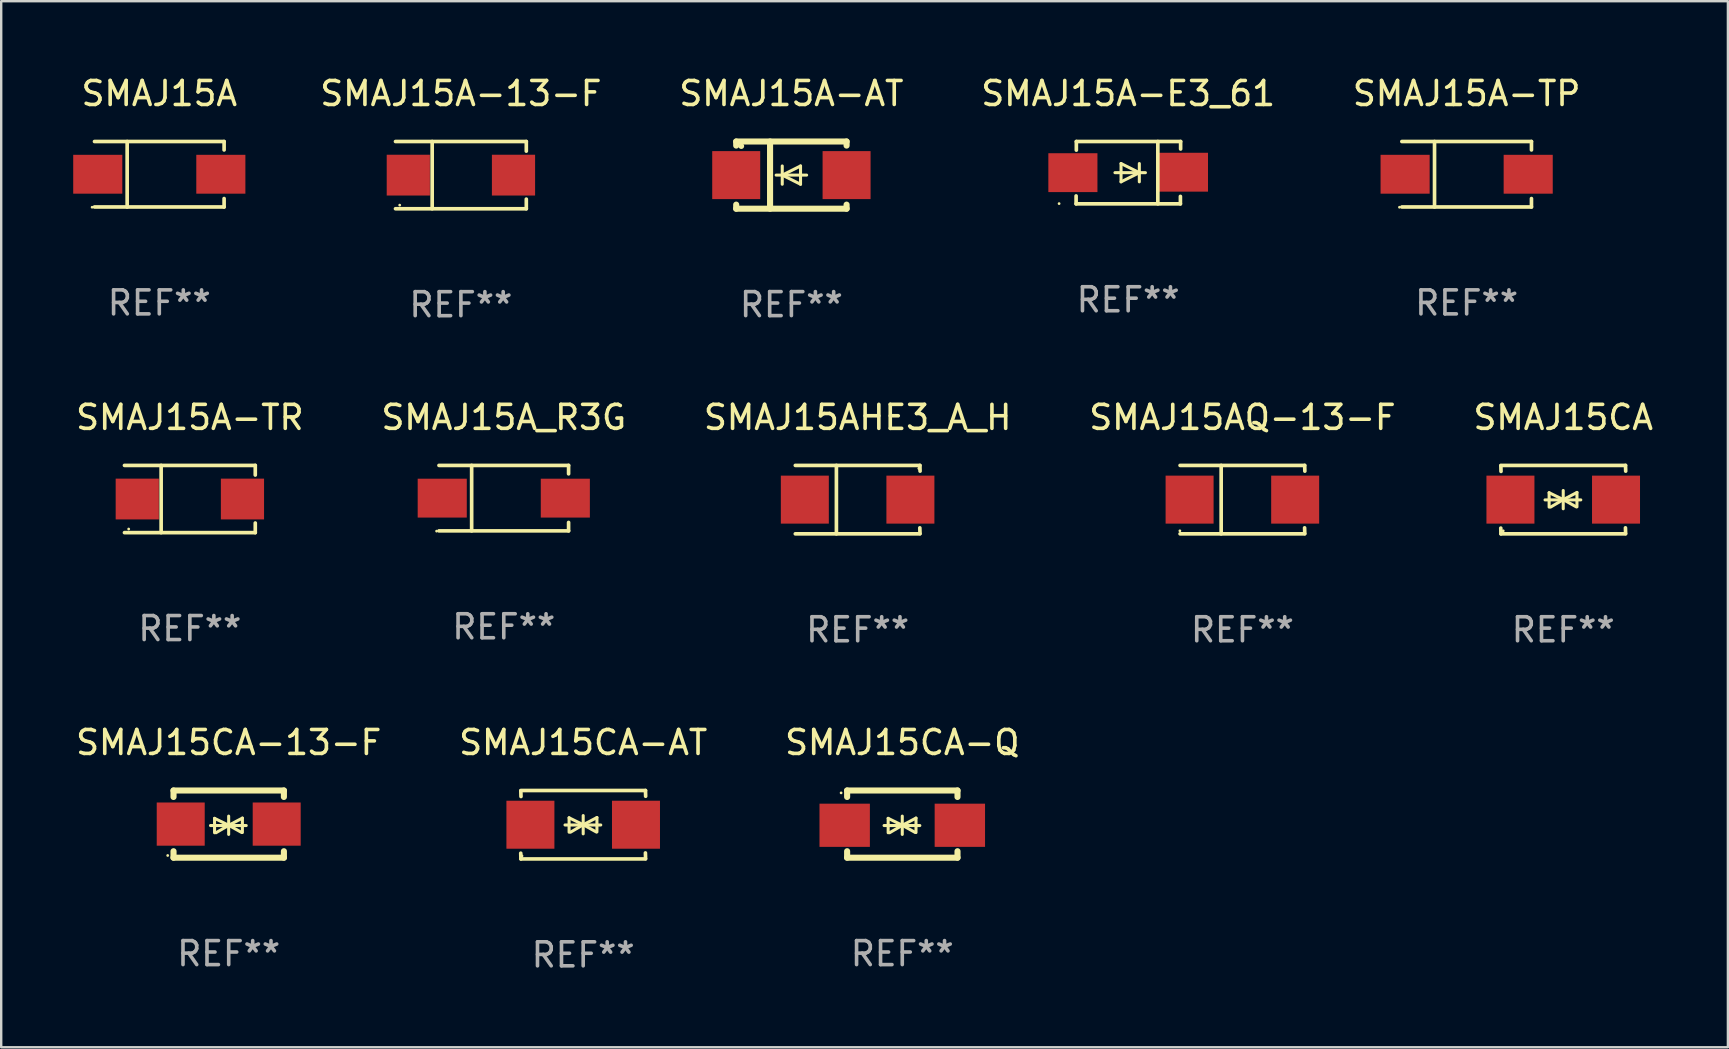
<source format=kicad_pcb>
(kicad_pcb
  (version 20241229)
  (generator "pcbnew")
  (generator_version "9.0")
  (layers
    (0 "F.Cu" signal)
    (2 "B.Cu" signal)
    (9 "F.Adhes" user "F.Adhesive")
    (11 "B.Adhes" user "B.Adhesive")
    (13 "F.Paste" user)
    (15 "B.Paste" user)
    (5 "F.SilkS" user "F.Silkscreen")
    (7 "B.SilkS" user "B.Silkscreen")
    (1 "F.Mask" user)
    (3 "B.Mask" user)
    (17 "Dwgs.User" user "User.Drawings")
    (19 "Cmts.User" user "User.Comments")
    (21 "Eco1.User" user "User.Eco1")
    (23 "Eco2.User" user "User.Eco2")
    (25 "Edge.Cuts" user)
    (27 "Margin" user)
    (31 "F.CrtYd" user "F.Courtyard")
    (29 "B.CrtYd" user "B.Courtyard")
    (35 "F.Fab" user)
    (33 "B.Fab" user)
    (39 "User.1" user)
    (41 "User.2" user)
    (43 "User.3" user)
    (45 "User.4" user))
  (footprint "SMAJ15CA-AT"
    (layer "F.Cu")
    (at 21.256 31.322)
    (property "Reference" "SMAJ15CA-AT" (at 0 -3.426 0) (layer "F.SilkS") (effects (font (size 1 1) (thickness 0.15))))
    (attr through_hole)
    (fp_line (start -2.596 -1.426) (end 2.596 -1.426) (stroke (width 0.152) (type solid)) (layer "F.SilkS"))
    (fp_line (start -2.596 1.426) (end -2.603 1.187) (stroke (width 0.152) (type solid)) (layer "F.SilkS"))
    (fp_line (start -2.596 1.426) (end 2.596 1.426) (stroke (width 0.152) (type solid)) (layer "F.SilkS"))
    (fp_line (start -2.593 -1.176) (end -2.6 -1.415) (stroke (width 0.152) (type solid)) (layer "F.SilkS"))
    (fp_line (start -0.758 0.011) (end 0.732 0.011) (stroke (width 0.127) (type solid)) (layer "F.SilkS"))
    (fp_line (start -0.588 -0.289) (end -0.588 0.311) (stroke (width 0.127) (type solid)) (layer "F.SilkS"))
    (fp_line (start -0.588 -0.289) (end 0 0) (stroke (width 0.127) (type solid)) (layer "F.SilkS"))
    (fp_line (start -0.528 0.311) (end 0 0) (stroke (width 0.127) (type solid)) (layer "F.SilkS"))
    (fp_line (start 0 0) (end 0 -0.381) (stroke (width 0.127) (type solid)) (layer "F.SilkS"))
    (fp_line (start 0 0) (end 0 0.381) (stroke (width 0.127) (type solid)) (layer "F.SilkS"))
    (fp_line (start 0.542 0.301) (end 0 0) (stroke (width 0.127) (type solid)) (layer "F.SilkS"))
    (fp_line (start 0.572 -0.299) (end 0 0) (stroke (width 0.127) (type solid)) (layer "F.SilkS"))
    (fp_line (start 0.572 -0.299) (end 0.572 0.301) (stroke (width 0.127) (type solid)) (layer "F.SilkS"))
    (fp_line (start 2.593 1.176) (end 2.6 1.415) (stroke (width 0.152) (type solid)) (layer "F.SilkS"))
    (fp_line (start 2.596 -1.426) (end 2.603 -1.187) (stroke (width 0.152) (type solid)) (layer "F.SilkS"))
    (fp_circle (center -2.55 1.3) (end -2.52 1.3) (stroke (width 0.06) (type solid)) (fill no) (layer "F.SilkS"))
    (fp_text user "REF**" (at 0 5.426 0) (layer "F.Fab") (effects (font (size 1 1) (thickness 0.15))))
    (pad "1" smd rect (at -2.2 0 180) (size 2 2) (layers "F.Cu" "F.Mask" "F.Paste"))
    (pad "2" smd rect (at 2.2 0 180) (size 2 2) (layers "F.Cu" "F.Mask" "F.Paste")))
  (footprint "SMAJ15A-TP"
    (layer "F.Cu")
    (at 58.076 4.212)
    (property "Reference" "SMAJ15A-TP" (at 0 -3.364 0) (layer "F.SilkS") (effects (font (size 1 1) (thickness 0.15))))
    (attr through_hole)
    (fp_line (start -2.701 -1.364) (end 2.701 -1.364) (stroke (width 0.152) (type solid)) (layer "F.SilkS"))
    (fp_line (start -2.701 1.364) (end 2.701 1.364) (stroke (width 0.152) (type solid)) (layer "F.SilkS"))
    (fp_line (start -1.339 -1.364) (end -1.339 1.364) (stroke (width 0.152) (type solid)) (layer "F.SilkS"))
    (fp_line (start 2.701 -1.364) (end 2.701 -1.013) (stroke (width 0.152) (type solid)) (layer "F.SilkS"))
    (fp_line (start 2.701 1.364) (end 2.701 1.013) (stroke (width 0.152) (type solid)) (layer "F.SilkS"))
    (fp_circle (center -2.8 1.375) (end -2.77 1.375) (stroke (width 0.06) (type solid)) (fill no) (layer "F.SilkS"))
    (fp_text user "REF**" (at 0 5.364 0) (layer "F.Fab") (effects (font (size 1 1) (thickness 0.15))))
    (pad "1" smd rect (at -2.565 -0.000025) (size 2.046 1.62) (layers "F.Cu" "F.Mask" "F.Paste"))
    (pad "2" smd rect (at 2.565 -0.000025) (size 2.046 1.62) (layers "F.Cu" "F.Mask" "F.Paste")))
  (footprint "SMAJ15CA-Q"
    (layer "F.Cu")
    (at 34.554 31.296)
    (property "Reference" "SMAJ15CA-Q" (at 0 -3.4 0) (layer "F.SilkS") (effects (font (size 1 1) (thickness 0.15))))
    (attr through_hole)
    (fp_line (start -2.298 -1.4) (end -2.298 -1.131) (stroke (width 0.254) (type solid)) (layer "F.SilkS"))
    (fp_line (start -2.298 -1.4) (end 2.302 -1.4) (stroke (width 0.254) (type solid)) (layer "F.SilkS"))
    (fp_line (start -2.298 1.131) (end -2.298 1.4) (stroke (width 0.254) (type solid)) (layer "F.SilkS"))
    (fp_line (start -2.298 1.4) (end 2.302 1.4) (stroke (width 0.254) (type solid)) (layer "F.SilkS"))
    (fp_line (start -0.758 0.06) (end 0.732 0.06) (stroke (width 0.127) (type solid)) (layer "F.SilkS"))
    (fp_line (start -0.588 -0.24) (end -0.588 0.36) (stroke (width 0.127) (type solid)) (layer "F.SilkS"))
    (fp_line (start -0.588 -0.24) (end 0.000025 0.049) (stroke (width 0.127) (type solid)) (layer "F.SilkS"))
    (fp_line (start -0.528 0.36) (end 0.000025 0.049) (stroke (width 0.127) (type solid)) (layer "F.SilkS"))
    (fp_line (start 0.000025 0.049) (end 0.000025 -0.332) (stroke (width 0.127) (type solid)) (layer "F.SilkS"))
    (fp_line (start 0.000025 0.049) (end 0.000025 0.43) (stroke (width 0.127) (type solid)) (layer "F.SilkS"))
    (fp_line (start 0.542 0.35) (end 0.000025 0.049) (stroke (width 0.127) (type solid)) (layer "F.SilkS"))
    (fp_line (start 0.572 -0.25) (end 0.000025 0.049) (stroke (width 0.127) (type solid)) (layer "F.SilkS"))
    (fp_line (start 0.572 -0.25) (end 0.572 0.35) (stroke (width 0.127) (type solid)) (layer "F.SilkS"))
    (fp_line (start 2.302 -1.4) (end 2.302 -1.131) (stroke (width 0.254) (type solid)) (layer "F.SilkS"))
    (fp_line (start 2.302 1.131) (end 2.302 1.4) (stroke (width 0.254) (type solid)) (layer "F.SilkS"))
    (fp_circle (center -2.549 -1.301) (end -2.519 -1.301) (stroke (width 0.06) (type solid)) (fill no) (layer "F.SilkS"))
    (fp_text user "REF**" (at 0 5.4 0) (layer "F.Fab") (effects (font (size 1 1) (thickness 0.15))))
    (pad "1" smd rect (at -2.4 0.049) (size 2.1 1.8) (layers "F.Cu" "F.Mask" "F.Paste"))
    (pad "2" smd rect (at 2.4 0.049) (size 2.1 1.8) (layers "F.Cu" "F.Mask" "F.Paste")))
  (footprint "SMAJ15A-TR"
    (layer "F.Cu")
    (at 4.863 17.748)
    (property "Reference" "SMAJ15A-TR" (at 0 -3.401 0) (layer "F.SilkS") (effects (font (size 1 1) (thickness 0.15))))
    (attr through_hole)
    (fp_line (start -2.726 -1.401) (end 2.726 -1.401) (stroke (width 0.152) (type solid)) (layer "F.SilkS"))
    (fp_line (start -2.726 1.401) (end 2.726 1.401) (stroke (width 0.152) (type solid)) (layer "F.SilkS"))
    (fp_line (start -1.197 -1.401) (end -1.197 1.401) (stroke (width 0.152) (type solid)) (layer "F.SilkS"))
    (fp_line (start 2.726 -1.401) (end 2.726 -1) (stroke (width 0.152) (type solid)) (layer "F.SilkS"))
    (fp_line (start 2.726 1.401) (end 2.726 1) (stroke (width 0.152) (type solid)) (layer "F.SilkS"))
    (fp_circle (center -2.55 1.25) (end -2.52 1.25) (stroke (width 0.06) (type solid)) (fill no) (layer "F.SilkS"))
    (fp_text user "REF**" (at 0 5.401 0) (layer "F.Fab") (effects (font (size 1 1) (thickness 0.15))))
    (pad "1" smd rect (at -2.192 0) (size 1.8 1.7) (layers "F.Cu" "F.Mask" "F.Paste"))
    (pad "2" smd rect (at 2.192 0) (size 1.8 1.7) (layers "F.Cu" "F.Mask" "F.Paste")))
  (footprint "SMAJ15AQ-13-F"
    (layer "F.Cu")
    (at 48.732 17.773)
    (property "Reference" "SMAJ15AQ-13-F" (at 0 -3.426 0) (layer "F.SilkS") (effects (font (size 1 1) (thickness 0.15))))
    (attr through_hole)
    (fp_line (start -2.6 -1.426) (end 2.593 -1.426) (stroke (width 0.152) (type solid)) (layer "F.SilkS"))
    (fp_line (start -2.6 1.426) (end 2.593 1.426) (stroke (width 0.152) (type solid)) (layer "F.SilkS"))
    (fp_line (start -0.887 -1.426) (end -0.887 1.426) (stroke (width 0.152) (type solid)) (layer "F.SilkS"))
    (fp_line (start 2.59 1.176) (end 2.597 1.415) (stroke (width 0.152) (type solid)) (layer "F.SilkS"))
    (fp_line (start 2.593 -1.426) (end 2.6 -1.187) (stroke (width 0.152) (type solid)) (layer "F.SilkS"))
    (fp_circle (center -2.608 1.3) (end -2.578 1.3) (stroke (width 0.06) (type solid)) (fill no) (layer "F.SilkS"))
    (fp_text user "REF**" (at 0 5.426 0) (layer "F.Fab") (effects (font (size 1 1) (thickness 0.15))))
    (pad "1" smd rect (at -2.203 0 180) (size 2 2) (layers "F.Cu" "F.Mask" "F.Paste"))
    (pad "2" smd rect (at 2.197 0 180) (size 2 2) (layers "F.Cu" "F.Mask" "F.Paste")))
  (footprint "SMAJ15AHE3_A_H"
    (layer "F.Cu")
    (at 32.696 17.773)
    (property "Reference" "SMAJ15AHE3_A_H" (at 0 -3.426 0) (layer "F.SilkS") (effects (font (size 1 1) (thickness 0.15))))
    (attr through_hole)
    (fp_line (start -2.6 -1.426) (end 2.593 -1.426) (stroke (width 0.152) (type solid)) (layer "F.SilkS"))
    (fp_line (start -2.6 1.426) (end 2.593 1.426) (stroke (width 0.152) (type solid)) (layer "F.SilkS"))
    (fp_line (start -0.887 -1.426) (end -0.887 1.426) (stroke (width 0.152) (type solid)) (layer "F.SilkS"))
    (fp_line (start 2.59 1.176) (end 2.597 1.415) (stroke (width 0.152) (type solid)) (layer "F.SilkS"))
    (fp_line (start 2.593 -1.426) (end 2.6 -1.187) (stroke (width 0.152) (type solid)) (layer "F.SilkS"))
    (fp_circle (center 2.547 -1.3) (end 2.577 -1.3) (stroke (width 0.06) (type solid)) (fill no) (layer "F.SilkS"))
    (fp_text user "REF**" (at 0 5.426 0) (layer "F.Fab") (effects (font (size 1 1) (thickness 0.15))))
    (pad "1" smd rect (at 2.197 -0.000025 180) (size 2 2) (layers "F.Cu" "F.Mask" "F.Paste"))
    (pad "2" smd rect (at -2.203 -0.000025 180) (size 2 2) (layers "F.Cu" "F.Mask" "F.Paste")))
  (footprint "SMAJ15A-13-F"
    (layer "F.Cu")
    (at 16.159 4.249)
    (property "Reference" "SMAJ15A-13-F" (at 0 -3.401 0) (layer "F.SilkS") (effects (font (size 1 1) (thickness 0.15))))
    (attr through_hole)
    (fp_line (start -2.726 -1.401) (end 2.726 -1.401) (stroke (width 0.152) (type solid)) (layer "F.SilkS"))
    (fp_line (start -2.726 1.401) (end 2.726 1.401) (stroke (width 0.152) (type solid)) (layer "F.SilkS"))
    (fp_line (start -1.197 -1.401) (end -1.197 1.401) (stroke (width 0.152) (type solid)) (layer "F.SilkS"))
    (fp_line (start 2.726 -1.401) (end 2.726 -1) (stroke (width 0.152) (type solid)) (layer "F.SilkS"))
    (fp_line (start 2.726 1.401) (end 2.726 1) (stroke (width 0.152) (type solid)) (layer "F.SilkS"))
    (fp_circle (center -2.55 1.25) (end -2.52 1.25) (stroke (width 0.06) (type solid)) (fill no) (layer "F.SilkS"))
    (fp_text user "REF**" (at 0 5.401 0) (layer "F.Fab") (effects (font (size 1 1) (thickness 0.15))))
    (pad "1" smd rect (at -2.192 0) (size 1.8 1.7) (layers "F.Cu" "F.Mask" "F.Paste"))
    (pad "2" smd rect (at 2.192 0) (size 1.8 1.7) (layers "F.Cu" "F.Mask" "F.Paste")))
  (footprint "SMAJ15A-AT"
    (layer "F.Cu")
    (at 29.933 4.248)
    (property "Reference" "SMAJ15A-AT" (at 0 -3.4 0) (layer "F.SilkS") (effects (font (size 1 1) (thickness 0.15))))
    (attr through_hole)
    (fp_line (start -2.3 -1.4) (end -2.3 -1.231) (stroke (width 0.254) (type solid)) (layer "F.SilkS"))
    (fp_line (start -2.3 -1.4) (end 2.3 -1.4) (stroke (width 0.254) (type solid)) (layer "F.SilkS"))
    (fp_line (start -2.3 1.231) (end -2.3 1.4) (stroke (width 0.254) (type solid)) (layer "F.SilkS"))
    (fp_line (start -2.3 1.4) (end 2.3 1.4) (stroke (width 0.254) (type solid)) (layer "F.SilkS"))
    (fp_line (start -0.889 1.4) (end -0.889 -1.4) (stroke (width 0.254) (type solid)) (layer "F.SilkS"))
    (fp_line (start -0.381 0) (end -0.381 -0.381) (stroke (width 0.127) (type solid)) (layer "F.SilkS"))
    (fp_line (start -0.381 0) (end -0.381 0.381) (stroke (width 0.127) (type solid)) (layer "F.SilkS"))
    (fp_line (start 0.381 -0.381) (end -0.381 0) (stroke (width 0.127) (type solid)) (layer "F.SilkS"))
    (fp_line (start 0.381 0) (end 0.381 -0.381) (stroke (width 0.127) (type solid)) (layer "F.SilkS"))
    (fp_line (start 0.381 0) (end 0.381 0.381) (stroke (width 0.127) (type solid)) (layer "F.SilkS"))
    (fp_line (start 0.381 0.381) (end -0.381 0) (stroke (width 0.127) (type solid)) (layer "F.SilkS"))
    (fp_line (start 0.635 0) (end -0.635 0) (stroke (width 0.127) (type solid)) (layer "F.SilkS"))
    (fp_line (start 2.3 -1.4) (end 2.3 -1.231) (stroke (width 0.254) (type solid)) (layer "F.SilkS"))
    (fp_line (start 2.3 1.231) (end 2.3 1.4) (stroke (width 0.254) (type solid)) (layer "F.SilkS"))
    (fp_circle (center -2.088 -1.208) (end -2.028 -1.208) (stroke (width 0.12) (type solid)) (fill no) (layer "F.SilkS"))
    (fp_text user "REF**" (at 0 5.4 0) (layer "F.Fab") (effects (font (size 1 1) (thickness 0.15))))
    (pad "1" smd rect (at -2.3 0 180) (size 2 2) (layers "F.Cu" "F.Mask" "F.Paste"))
    (pad "2" smd rect (at 2.3 0 180) (size 2 2) (layers "F.Cu" "F.Mask" "F.Paste")))
  (footprint "SMAJ15A"
    (layer "F.Cu")
    (at 3.589 4.212)
    (property "Reference" "SMAJ15A" (at 0 -3.364 0) (layer "F.SilkS") (effects (font (size 1 1) (thickness 0.15))))
    (attr through_hole)
    (fp_line (start -2.701 -1.364) (end 2.701 -1.364) (stroke (width 0.152) (type solid)) (layer "F.SilkS"))
    (fp_line (start -2.701 1.364) (end 2.701 1.364) (stroke (width 0.152) (type solid)) (layer "F.SilkS"))
    (fp_line (start -1.339 -1.364) (end -1.339 1.364) (stroke (width 0.152) (type solid)) (layer "F.SilkS"))
    (fp_line (start 2.701 -1.364) (end 2.701 -1.013) (stroke (width 0.152) (type solid)) (layer "F.SilkS"))
    (fp_line (start 2.701 1.364) (end 2.701 1.013) (stroke (width 0.152) (type solid)) (layer "F.SilkS"))
    (fp_circle (center -2.8 1.375) (end -2.77 1.375) (stroke (width 0.06) (type solid)) (fill no) (layer "F.SilkS"))
    (fp_text user "REF**" (at 0 5.364 0) (layer "F.Fab") (effects (font (size 1 1) (thickness 0.15))))
    (pad "1" smd rect (at -2.565 -0.000025) (size 2.046 1.62) (layers "F.Cu" "F.Mask" "F.Paste"))
    (pad "2" smd rect (at 2.565 -0.000025) (size 2.046 1.62) (layers "F.Cu" "F.Mask" "F.Paste")))
  (footprint "SMAJ15A-E3_61"
    (layer "F.Cu")
    (at 43.969 4.147)
    (property "Reference" "SMAJ15A-E3_61" (at 0 -3.299 0) (layer "F.SilkS") (effects (font (size 1 1) (thickness 0.15))))
    (attr through_hole)
    (fp_line (start -2.17 0.969) (end -2.17 1.299) (stroke (width 0.152) (type solid)) (layer "F.SilkS"))
    (fp_line (start -2.17 1.299) (end 2.177 1.299) (stroke (width 0.152) (type solid)) (layer "F.SilkS"))
    (fp_line (start -2.16 -1.299) (end 2.186 -1.299) (stroke (width 0.152) (type solid)) (layer "F.SilkS"))
    (fp_line (start -2.16 -0.94) (end -2.16 -1.299) (stroke (width 0.152) (type solid)) (layer "F.SilkS"))
    (fp_line (start -0.551 -0.000483) (end 0.719 -0.000483) (stroke (width 0.127) (type solid)) (layer "F.SilkS"))
    (fp_line (start -0.297 -0.381) (end 0.465 -0.000483) (stroke (width 0.127) (type solid)) (layer "F.SilkS"))
    (fp_line (start -0.297 -0.000483) (end -0.297 -0.381) (stroke (width 0.127) (type solid)) (layer "F.SilkS"))
    (fp_line (start -0.297 -0.000483) (end -0.297 0.381) (stroke (width 0.127) (type solid)) (layer "F.SilkS"))
    (fp_line (start -0.297 0.381) (end 0.465 -0.000483) (stroke (width 0.127) (type solid)) (layer "F.SilkS"))
    (fp_line (start 0.465 -0.000483) (end 0.465 -0.381) (stroke (width 0.127) (type solid)) (layer "F.SilkS"))
    (fp_line (start 0.465 -0.000483) (end 0.465 0.381) (stroke (width 0.127) (type solid)) (layer "F.SilkS"))
    (fp_line (start 1.236 -1.299) (end 1.236 1.299) (stroke (width 0.152) (type solid)) (layer "F.SilkS"))
    (fp_line (start 2.177 1.299) (end 2.177 0.988) (stroke (width 0.152) (type solid)) (layer "F.SilkS"))
    (fp_line (start 2.186 -1.299) (end 2.186 -0.987) (stroke (width 0.152) (type solid)) (layer "F.SilkS"))
    (fp_circle (center -2.879 1.289) (end -2.849 1.289) (stroke (width 0.06) (type solid)) (fill no) (layer "F.SilkS"))
    (fp_text user "REF**" (at 0 5.299 0) (layer "F.Fab") (effects (font (size 1 1) (thickness 0.15))))
    (pad "1" smd rect (at -2.304 -0.001) (size 2.046 1.62) (layers "F.Cu" "F.Mask" "F.Paste"))
    (pad "2" smd rect (at 2.304 -0.02 180) (size 2.046 1.62) (layers "F.Cu" "F.Mask" "F.Paste")))
  (footprint "SMAJ15CA-13-F"
    (layer "F.Cu")
    (at 6.482 31.296)
    (property "Reference" "SMAJ15CA-13-F" (at 0 -3.4 0) (layer "F.SilkS") (effects (font (size 1 1) (thickness 0.15))))
    (attr through_hole)
    (fp_line (start -2.3 -1.4) (end -2.3 -1.131) (stroke (width 0.254) (type solid)) (layer "F.SilkS"))
    (fp_line (start -2.3 -1.4) (end 2.3 -1.4) (stroke (width 0.254) (type solid)) (layer "F.SilkS"))
    (fp_line (start -2.3 1.131) (end -2.3 1.4) (stroke (width 0.254) (type solid)) (layer "F.SilkS"))
    (fp_line (start -2.3 1.4) (end 2.3 1.4) (stroke (width 0.254) (type solid)) (layer "F.SilkS"))
    (fp_line (start -0.76 0.06) (end 0.73 0.06) (stroke (width 0.127) (type solid)) (layer "F.SilkS"))
    (fp_line (start -0.59 -0.24) (end -0.59 0.36) (stroke (width 0.127) (type solid)) (layer "F.SilkS"))
    (fp_line (start -0.59 -0.24) (end -0.002 0.049) (stroke (width 0.127) (type solid)) (layer "F.SilkS"))
    (fp_line (start -0.53 0.36) (end -0.002 0.049) (stroke (width 0.127) (type solid)) (layer "F.SilkS"))
    (fp_line (start -0.002 0.049) (end -0.002 -0.332) (stroke (width 0.127) (type solid)) (layer "F.SilkS"))
    (fp_line (start -0.002 0.049) (end -0.002 0.43) (stroke (width 0.127) (type solid)) (layer "F.SilkS"))
    (fp_line (start 0.54 0.35) (end -0.002 0.049) (stroke (width 0.127) (type solid)) (layer "F.SilkS"))
    (fp_line (start 0.57 -0.25) (end -0.002 0.049) (stroke (width 0.127) (type solid)) (layer "F.SilkS"))
    (fp_line (start 0.57 -0.25) (end 0.57 0.35) (stroke (width 0.127) (type solid)) (layer "F.SilkS"))
    (fp_line (start 2.3 -1.4) (end 2.3 -1.131) (stroke (width 0.254) (type solid)) (layer "F.SilkS"))
    (fp_line (start 2.3 1.131) (end 2.3 1.4) (stroke (width 0.254) (type solid)) (layer "F.SilkS"))
    (fp_circle (center -2.542 1.308) (end -2.512 1.308) (stroke (width 0.06) (type solid)) (fill no) (layer "F.SilkS"))
    (fp_text user "REF**" (at 0 5.4 0) (layer "F.Fab") (effects (font (size 1 1) (thickness 0.15))))
    (pad "1" smd rect (at -2 0) (size 2 1.8) (layers "F.Cu" "F.Mask" "F.Paste"))
    (pad "2" smd rect (at 2 0) (size 2 1.8) (layers "F.Cu" "F.Mask" "F.Paste")))
  (footprint "SMAJ15CA"
    (layer "F.Cu")
    (at 62.101 17.773)
    (property "Reference" "SMAJ15CA" (at 0 -3.426 0) (layer "F.SilkS") (effects (font (size 1 1) (thickness 0.15))))
    (attr through_hole)
    (fp_line (start -2.596 -1.426) (end 2.596 -1.426) (stroke (width 0.152) (type solid)) (layer "F.SilkS"))
    (fp_line (start -2.596 1.426) (end -2.603 1.187) (stroke (width 0.152) (type solid)) (layer "F.SilkS"))
    (fp_line (start -2.596 1.426) (end 2.596 1.426) (stroke (width 0.152) (type solid)) (layer "F.SilkS"))
    (fp_line (start -2.593 -1.176) (end -2.6 -1.415) (stroke (width 0.152) (type solid)) (layer "F.SilkS"))
    (fp_line (start -0.758 0.011) (end 0.732 0.011) (stroke (width 0.127) (type solid)) (layer "F.SilkS"))
    (fp_line (start -0.588 -0.289) (end -0.588 0.311) (stroke (width 0.127) (type solid)) (layer "F.SilkS"))
    (fp_line (start -0.588 -0.289) (end 0 0) (stroke (width 0.127) (type solid)) (layer "F.SilkS"))
    (fp_line (start -0.528 0.311) (end 0 0) (stroke (width 0.127) (type solid)) (layer "F.SilkS"))
    (fp_line (start 0 0) (end 0 -0.381) (stroke (width 0.127) (type solid)) (layer "F.SilkS"))
    (fp_line (start 0 0) (end 0 0.381) (stroke (width 0.127) (type solid)) (layer "F.SilkS"))
    (fp_line (start 0.542 0.301) (end 0 0) (stroke (width 0.127) (type solid)) (layer "F.SilkS"))
    (fp_line (start 0.572 -0.299) (end 0 0) (stroke (width 0.127) (type solid)) (layer "F.SilkS"))
    (fp_line (start 0.572 -0.299) (end 0.572 0.301) (stroke (width 0.127) (type solid)) (layer "F.SilkS"))
    (fp_line (start 2.593 1.176) (end 2.6 1.415) (stroke (width 0.152) (type solid)) (layer "F.SilkS"))
    (fp_line (start 2.596 -1.426) (end 2.603 -1.187) (stroke (width 0.152) (type solid)) (layer "F.SilkS"))
    (fp_circle (center -2.5 1.3) (end -2.47 1.3) (stroke (width 0.06) (type solid)) (fill no) (layer "F.SilkS"))
    (fp_text user "REF**" (at 0 5.426 0) (layer "F.Fab") (effects (font (size 1 1) (thickness 0.15))))
    (pad "1" smd rect (at -2.2 0 180) (size 2 2) (layers "F.Cu" "F.Mask" "F.Paste"))
    (pad "2" smd rect (at 2.2 0 180) (size 2 2) (layers "F.Cu" "F.Mask" "F.Paste")))
  (footprint "SMAJ15A_R3G"
    (layer "F.Cu")
    (at 17.946 17.711)
    (property "Reference" "SMAJ15A_R3G" (at 0 -3.364 0) (layer "F.SilkS") (effects (font (size 1 1) (thickness 0.15))))
    (attr through_hole)
    (fp_line (start -2.701 -1.364) (end 2.701 -1.364) (stroke (width 0.152) (type solid)) (layer "F.SilkS"))
    (fp_line (start -2.701 1.364) (end 2.701 1.364) (stroke (width 0.152) (type solid)) (layer "F.SilkS"))
    (fp_line (start -1.339 -1.364) (end -1.339 1.364) (stroke (width 0.152) (type solid)) (layer "F.SilkS"))
    (fp_line (start 2.701 -1.364) (end 2.701 -1.013) (stroke (width 0.152) (type solid)) (layer "F.SilkS"))
    (fp_line (start 2.701 1.364) (end 2.701 1.013) (stroke (width 0.152) (type solid)) (layer "F.SilkS"))
    (fp_circle (center -2.8 1.375) (end -2.77 1.375) (stroke (width 0.06) (type solid)) (fill no) (layer "F.SilkS"))
    (fp_text user "REF**" (at 0 5.364 0) (layer "F.Fab") (effects (font (size 1 1) (thickness 0.15))))
    (pad "1" smd rect (at -2.565 -0.000025) (size 2.046 1.62) (layers "F.Cu" "F.Mask" "F.Paste"))
    (pad "2" smd rect (at 2.565 -0.000025) (size 2.046 1.62) (layers "F.Cu" "F.Mask" "F.Paste")))
  (gr_rect
    (start -3 -3)
    (end 68.964 40.597)
    (stroke (width 0.1) (type default))
    (fill no)
    (layer "Edge.Cuts")))
</source>
